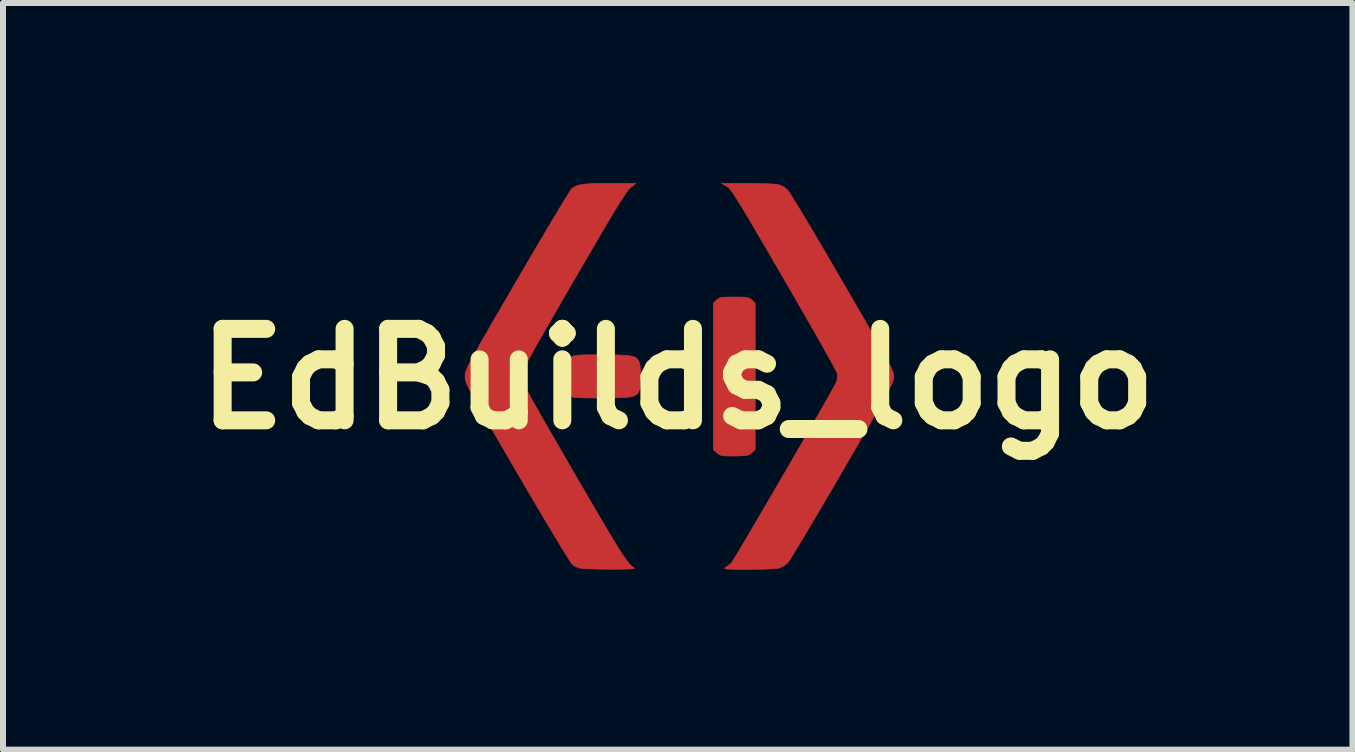
<source format=kicad_pcb>
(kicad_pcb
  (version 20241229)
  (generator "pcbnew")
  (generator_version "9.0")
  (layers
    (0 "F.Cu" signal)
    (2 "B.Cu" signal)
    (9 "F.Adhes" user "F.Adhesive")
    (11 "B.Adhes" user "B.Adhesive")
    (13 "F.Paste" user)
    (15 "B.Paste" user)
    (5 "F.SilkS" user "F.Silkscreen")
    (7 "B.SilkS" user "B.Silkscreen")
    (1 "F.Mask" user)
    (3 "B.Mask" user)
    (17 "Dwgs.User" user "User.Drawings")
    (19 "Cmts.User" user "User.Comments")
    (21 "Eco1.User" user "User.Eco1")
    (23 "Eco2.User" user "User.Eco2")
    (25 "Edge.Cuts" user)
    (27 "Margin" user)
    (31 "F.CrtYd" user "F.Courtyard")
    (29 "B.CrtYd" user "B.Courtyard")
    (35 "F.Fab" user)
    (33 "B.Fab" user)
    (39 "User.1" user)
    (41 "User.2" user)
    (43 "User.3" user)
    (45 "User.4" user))
  (footprint "EdBuilds_logo"
    (layer "F.Cu")
    (at 8.244 3.265)
    (property "Reference" "EdBuilds_logo" (at 0 0 0) (layer "F.SilkS") (effects (font (size 1.524 1.524) (thickness 0.3))))
    (attr through_hole)
    (fp_poly (pts (xy 1.047 -1.365) (xy 1.119 -1.362) (xy 1.166 -1.355) (xy 1.199 -1.343) (xy 1.225 -1.324) (xy 1.236 -1.314) (xy 1.291 -1.263) (xy 1.291 1.178) (xy 1.237 1.229) (xy 1.208 1.252) (xy 1.174 1.268) (xy 1.125 1.277) (xy 1.052 1.282) (xy 0.978 1.284) (xy 0.884 1.285) (xy 0.803 1.283) (xy 0.747 1.28) (xy 0.73 1.277) (xy 0.684 1.255) (xy 0.64 1.222) (xy 0.593 1.178) (xy 0.593 -1.263) (xy 0.647 -1.314) (xy 0.674 -1.336) (xy 0.703 -1.351) (xy 0.743 -1.36) (xy 0.804 -1.364) (xy 0.894 -1.365) (xy 0.942 -1.365) (xy 1.047 -1.365)) (stroke (width 0.01) (type solid)) (fill yes) (layer "F.Cu"))
    (fp_poly (pts (xy -1.28 -0.402) (xy -1.106 -0.402) (xy -0.968 -0.399) (xy -0.863 -0.393) (xy -0.785 -0.384) (xy -0.729 -0.37) (xy -0.691 -0.351) (xy -0.665 -0.324) (xy -0.646 -0.29) (xy -0.643 -0.284) (xy -0.626 -0.214) (xy -0.616 -0.118) (xy -0.615 -0.011) (xy -0.621 0.091) (xy -0.635 0.174) (xy -0.644 0.2) (xy -0.662 0.235) (xy -0.688 0.262) (xy -0.727 0.282) (xy -0.783 0.297) (xy -0.861 0.307) (xy -0.967 0.313) (xy -1.105 0.316) (xy -1.28 0.317) (xy -1.293 0.317) (xy -1.445 0.317) (xy -1.561 0.316) (xy -1.645 0.313) (xy -1.703 0.309) (xy -1.742 0.303) (xy -1.766 0.294) (xy -1.781 0.282) (xy -1.783 0.28) (xy -1.829 0.214) (xy -1.873 0.131) (xy -1.908 0.045) (xy -1.925 -0.027) (xy -1.926 -0.042) (xy -1.916 -0.104) (xy -1.89 -0.18) (xy -1.871 -0.222) (xy -1.841 -0.279) (xy -1.816 -0.323) (xy -1.79 -0.354) (xy -1.757 -0.376) (xy -1.711 -0.39) (xy -1.646 -0.398) (xy -1.556 -0.402) (xy -1.435 -0.402) (xy -1.28 -0.402)) (stroke (width 0.01) (type solid)) (fill yes) (layer "F.Cu"))
    (fp_poly (pts (xy 1.164 -3.259) (xy 1.301 -3.258) (xy 1.429 -3.255) (xy 1.539 -3.251) (xy 1.625 -3.246) (xy 1.677 -3.24) (xy 1.681 -3.239) (xy 1.758 -3.207) (xy 1.829 -3.153) (xy 1.831 -3.15) (xy 1.853 -3.121) (xy 1.893 -3.058) (xy 1.951 -2.964) (xy 2.025 -2.843) (xy 2.113 -2.696) (xy 2.214 -2.528) (xy 2.325 -2.34) (xy 2.445 -2.136) (xy 2.572 -1.919) (xy 2.704 -1.691) (xy 2.749 -1.615) (xy 2.903 -1.349) (xy 3.038 -1.116) (xy 3.154 -0.915) (xy 3.252 -0.744) (xy 3.336 -0.598) (xy 3.404 -0.477) (xy 3.46 -0.376) (xy 3.503 -0.295) (xy 3.537 -0.23) (xy 3.562 -0.179) (xy 3.579 -0.138) (xy 3.589 -0.107) (xy 3.595 -0.082) (xy 3.598 -0.06) (xy 3.598 -0.042) (xy 3.598 -0.022) (xy 3.595 0.001) (xy 3.588 0.027) (xy 3.576 0.06) (xy 3.558 0.101) (xy 3.532 0.155) (xy 3.497 0.222) (xy 3.451 0.307) (xy 3.394 0.41) (xy 3.323 0.535) (xy 3.238 0.685) (xy 3.136 0.861) (xy 3.017 1.067) (xy 2.88 1.304) (xy 2.749 1.53) (xy 2.615 1.761) (xy 2.486 1.981) (xy 2.363 2.19) (xy 2.249 2.383) (xy 2.145 2.559) (xy 2.052 2.713) (xy 1.974 2.843) (xy 1.91 2.946) (xy 1.864 3.019) (xy 1.836 3.06) (xy 1.831 3.065) (xy 1.761 3.12) (xy 1.684 3.154) (xy 1.681 3.155) (xy 1.634 3.161) (xy 1.553 3.166) (xy 1.446 3.17) (xy 1.321 3.172) (xy 1.186 3.173) (xy 1.175 3.173) (xy 1.031 3.173) (xy 0.926 3.172) (xy 0.853 3.17) (xy 0.808 3.167) (xy 0.787 3.161) (xy 0.784 3.153) (xy 0.796 3.142) (xy 0.803 3.137) (xy 0.855 3.099) (xy 0.891 3.069) (xy 0.907 3.046) (xy 0.943 2.99) (xy 0.995 2.903) (xy 1.063 2.79) (xy 1.144 2.654) (xy 1.236 2.497) (xy 1.337 2.325) (xy 1.446 2.139) (xy 1.56 1.943) (xy 1.678 1.741) (xy 1.797 1.536) (xy 1.916 1.331) (xy 2.033 1.13) (xy 2.145 0.935) (xy 2.25 0.752) (xy 2.348 0.582) (xy 2.435 0.429) (xy 2.51 0.297) (xy 2.571 0.188) (xy 2.616 0.107) (xy 2.643 0.056) (xy 2.649 0.042) (xy 2.661 -0.027) (xy 2.659 -0.09) (xy 2.646 -0.119) (xy 2.614 -0.181) (xy 2.564 -0.274) (xy 2.497 -0.395) (xy 2.415 -0.541) (xy 2.32 -0.71) (xy 2.213 -0.897) (xy 2.096 -1.101) (xy 1.971 -1.319) (xy 1.838 -1.548) (xy 1.773 -1.661) (xy 1.615 -1.932) (xy 1.477 -2.169) (xy 1.357 -2.374) (xy 1.254 -2.549) (xy 1.167 -2.698) (xy 1.093 -2.821) (xy 1.031 -2.922) (xy 0.98 -3.004) (xy 0.939 -3.068) (xy 0.905 -3.116) (xy 0.878 -3.152) (xy 0.856 -3.178) (xy 0.837 -3.196) (xy 0.82 -3.208) (xy 0.815 -3.211) (xy 0.73 -3.259) (xy 1.164 -3.259)) (stroke (width 0.01) (type solid)) (fill yes) (layer "F.Cu"))
    (fp_poly (pts (xy -0.784 -3.191) (xy -0.803 -3.174) (xy -0.826 -3.147) (xy -0.854 -3.11) (xy -0.89 -3.058) (xy -0.934 -2.991) (xy -0.988 -2.905) (xy -1.053 -2.798) (xy -1.131 -2.669) (xy -1.222 -2.514) (xy -1.33 -2.331) (xy -1.454 -2.118) (xy -1.597 -1.873) (xy -1.738 -1.63) (xy -1.895 -1.359) (xy -2.031 -1.123) (xy -2.15 -0.918) (xy -2.25 -0.743) (xy -2.335 -0.594) (xy -2.405 -0.469) (xy -2.462 -0.366) (xy -2.508 -0.283) (xy -2.542 -0.216) (xy -2.567 -0.163) (xy -2.585 -0.122) (xy -2.596 -0.091) (xy -2.602 -0.066) (xy -2.603 -0.046) (xy -2.603 -0.042) (xy -2.602 -0.022) (xy -2.597 0.001) (xy -2.587 0.031) (xy -2.571 0.07) (xy -2.548 0.12) (xy -2.515 0.184) (xy -2.472 0.264) (xy -2.418 0.364) (xy -2.35 0.484) (xy -2.268 0.628) (xy -2.17 0.799) (xy -2.055 0.998) (xy -1.922 1.229) (xy -1.769 1.493) (xy -1.745 1.535) (xy -1.585 1.811) (xy -1.444 2.052) (xy -1.321 2.262) (xy -1.215 2.442) (xy -1.124 2.595) (xy -1.047 2.723) (xy -0.981 2.829) (xy -0.926 2.915) (xy -0.879 2.983) (xy -0.84 3.037) (xy -0.807 3.077) (xy -0.779 3.108) (xy -0.753 3.13) (xy -0.728 3.147) (xy -0.722 3.156) (xy -0.739 3.162) (xy -0.781 3.167) (xy -0.854 3.17) (xy -0.96 3.171) (xy -1.105 3.172) (xy -1.122 3.172) (xy -1.258 3.17) (xy -1.384 3.168) (xy -1.492 3.164) (xy -1.574 3.16) (xy -1.623 3.155) (xy -1.627 3.154) (xy -1.695 3.13) (xy -1.752 3.097) (xy -1.771 3.073) (xy -1.809 3.014) (xy -1.866 2.925) (xy -1.939 2.806) (xy -2.027 2.662) (xy -2.127 2.494) (xy -2.24 2.305) (xy -2.362 2.099) (xy -2.493 1.877) (xy -2.63 1.642) (xy -2.675 1.566) (xy -2.831 1.297) (xy -2.967 1.063) (xy -3.085 0.86) (xy -3.186 0.687) (xy -3.27 0.539) (xy -3.341 0.416) (xy -3.398 0.314) (xy -3.443 0.231) (xy -3.478 0.164) (xy -3.503 0.112) (xy -3.521 0.07) (xy -3.533 0.038) (xy -3.54 0.011) (xy -3.543 -0.011) (xy -3.544 -0.032) (xy -3.544 -0.042) (xy -3.544 -0.064) (xy -3.542 -0.086) (xy -3.537 -0.11) (xy -3.527 -0.14) (xy -3.512 -0.177) (xy -3.49 -0.225) (xy -3.459 -0.285) (xy -3.418 -0.361) (xy -3.366 -0.455) (xy -3.302 -0.569) (xy -3.224 -0.706) (xy -3.13 -0.869) (xy -3.02 -1.059) (xy -2.891 -1.28) (xy -2.743 -1.535) (xy -2.682 -1.64) (xy -2.547 -1.871) (xy -2.418 -2.092) (xy -2.295 -2.3) (xy -2.181 -2.493) (xy -2.077 -2.667) (xy -1.985 -2.82) (xy -1.907 -2.949) (xy -1.845 -3.051) (xy -1.799 -3.123) (xy -1.772 -3.163) (xy -1.767 -3.169) (xy -1.728 -3.198) (xy -1.682 -3.22) (xy -1.622 -3.236) (xy -1.543 -3.247) (xy -1.439 -3.255) (xy -1.305 -3.258) (xy -1.134 -3.26) (xy -1.125 -3.26) (xy -0.695 -3.26) (xy -0.784 -3.191)) (stroke (width 0.01) (type solid)) (fill yes) (layer "F.Cu")))
  (gr_rect
    (start -3 -3)
    (end 19.488 9.443)
    (stroke (width 0.1) (type default))
    (fill no)
    (layer "Edge.Cuts")))
</source>
